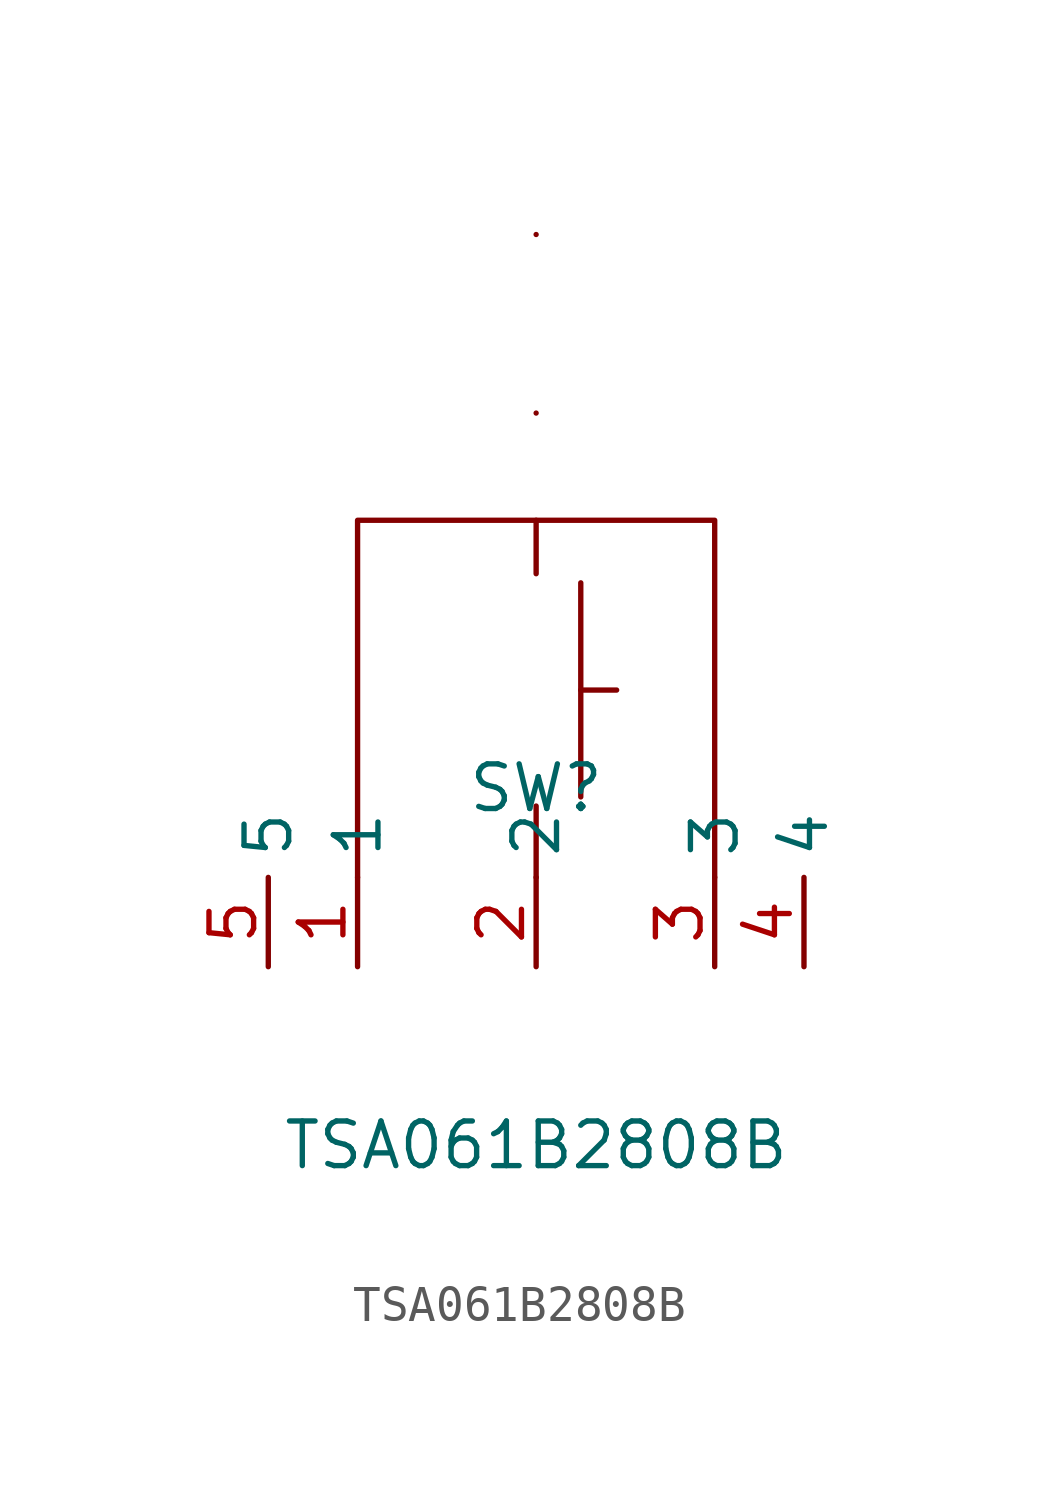
<source format=kicad_sym>
(kicad_symbol_lib
  (version 1)
  (generator "faebryk")
  (symbol "TSA061B2808B"
    (property "Reference" "SW"
      (at 0 -7.62 0)
      (effects (font (size 1.27 1.27)) (hide no)))
    (property "Value" "TSA061B2808B"
      (at 0 -17.78 0)
      (effects (font (size 1.27 1.27)) (hide no)))
    (symbol "TSA061B2808B_0_1"
      (polyline (stroke (width 0) (type default) (color 0 0 0 0)) (fill (type none)) (pts (xy 1.27 -1.78) (xy 1.27 -7.87)))
      (polyline (stroke (width 0) (type default) (color 0 0 0 0)) (fill (type none)) (pts (xy 1.27 -4.83) (xy 2.29 -4.83)))
      (polyline (stroke (width 0) (type default) (color 0 0 0 0)) (fill (type none)) (pts (xy 0 -1.52) (xy 0 0) (xy -2.54 0) (xy -5.08 0) (xy -5.08 -10.16)))
      (polyline (stroke (width 0) (type default) (color 0 0 0 0)) (fill (type none)) (pts (xy 0 -8.13) (xy 0 -10.16)))
      (polyline (stroke (width 0) (type default) (color 0 0 0 0)) (fill (type none)) (pts (xy 0 0) (xy 5.08 0) (xy 5.08 -10.16)))
      (arc (start 0 8.13) (mid 0.76 7.4) (end 0 8.13) (stroke (width 0) (type default) (color 0 0 0 0)) (fill (type none)))
      (arc (start 0 3.05) (mid 0.76 2.32) (end 0 3.05) (stroke (width 0) (type default) (color 0 0 0 0)) (fill (type none)))
      (pin unspecified line (at -5.08 -12.7 90) (length 2.54) (name "1" (effects (font (size 1.27 1.27)) (hide no))) (number "1" (effects (font (size 1.27 1.27)) (hide no))))
      (pin unspecified line (at 0 -12.7 90) (length 2.54) (name "2" (effects (font (size 1.27 1.27)) (hide no))) (number "2" (effects (font (size 1.27 1.27)) (hide no))))
      (pin unspecified line (at 5.08 -12.7 90) (length 2.54) (name "3" (effects (font (size 1.27 1.27)) (hide no))) (number "3" (effects (font (size 1.27 1.27)) (hide no))))
      (pin unspecified line (at 7.62 -12.7 90) (length 2.54) (name "4" (effects (font (size 1.27 1.27)) (hide no))) (number "4" (effects (font (size 1.27 1.27)) (hide no))))
      (pin unspecified line (at -7.62 -12.7 90) (length 2.54) (name "5" (effects (font (size 1.27 1.27)) (hide no))) (number "5" (effects (font (size 1.27 1.27)) (hide no)))))))
</source>
